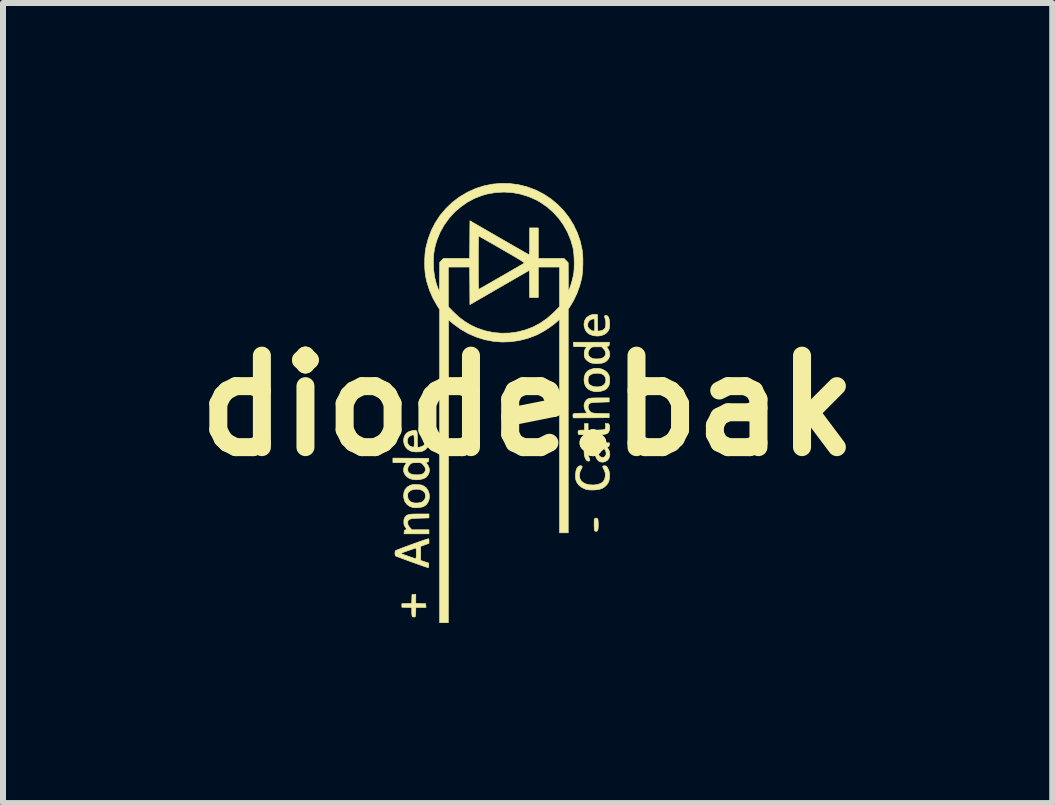
<source format=kicad_pcb>
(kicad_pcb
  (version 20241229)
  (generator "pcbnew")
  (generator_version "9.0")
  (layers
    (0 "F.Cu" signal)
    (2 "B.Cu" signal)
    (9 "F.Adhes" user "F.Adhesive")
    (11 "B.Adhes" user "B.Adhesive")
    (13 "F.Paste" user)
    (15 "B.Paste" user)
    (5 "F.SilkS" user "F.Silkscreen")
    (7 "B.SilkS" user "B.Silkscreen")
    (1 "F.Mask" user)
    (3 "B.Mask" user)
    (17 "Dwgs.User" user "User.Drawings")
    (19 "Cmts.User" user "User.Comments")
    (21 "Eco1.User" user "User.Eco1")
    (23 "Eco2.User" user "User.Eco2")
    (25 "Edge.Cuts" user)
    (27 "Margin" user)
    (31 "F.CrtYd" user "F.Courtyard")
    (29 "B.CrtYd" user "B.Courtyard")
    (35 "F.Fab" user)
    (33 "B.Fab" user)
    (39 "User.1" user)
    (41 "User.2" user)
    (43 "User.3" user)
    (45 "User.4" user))
  (footprint "diode.bak"
    (layer "F.Cu")
    (at 5.74 3.71)
    (property "Reference" "diode.bak" (at 0 0 0) (layer "F.SilkS") (effects (font (size 1.524 1.524) (thickness 0.3))))
    (attr through_hole)
    (fp_poly (pts (xy 1.162 1.877) (xy 1.17 1.892) (xy 1.175 1.918) (xy 1.177 1.958) (xy 1.177 1.981) (xy 1.176 2.029) (xy 1.172 2.063) (xy 1.164 2.083) (xy 1.151 2.092) (xy 1.132 2.09) (xy 1.12 2.086) (xy 1.115 2.078) (xy 1.111 2.058) (xy 1.11 2.025) (xy 1.109 1.981) (xy 1.109 1.938) (xy 1.11 1.909) (xy 1.112 1.892) (xy 1.116 1.882) (xy 1.122 1.877) (xy 1.13 1.875) (xy 1.149 1.872) (xy 1.162 1.877)) (stroke (width 0.01) (type solid)) (fill yes) (layer "F.SilkS"))
    (fp_poly (pts (xy -1.863 3.293) (xy -1.698 3.298) (xy -1.695 3.33) (xy -1.692 3.361) (xy -1.862 3.361) (xy -1.864 3.44) (xy -1.866 3.476) (xy -1.868 3.499) (xy -1.871 3.512) (xy -1.877 3.518) (xy -1.886 3.52) (xy -1.888 3.52) (xy -1.908 3.518) (xy -1.92 3.512) (xy -1.926 3.497) (xy -1.929 3.467) (xy -1.93 3.432) (xy -1.93 3.362) (xy -2.095 3.357) (xy -2.095 3.298) (xy -2.013 3.295) (xy -1.931 3.293) (xy -1.929 3.219) (xy -1.926 3.145) (xy -1.894 3.143) (xy -1.863 3.14) (xy -1.863 3.293)) (stroke (width 0.01) (type solid)) (fill yes) (layer "F.SilkS"))
    (fp_poly (pts (xy -1.643 1.869) (xy -1.789 1.873) (xy -1.854 1.875) (xy -1.905 1.878) (xy -1.942 1.884) (xy -1.969 1.893) (xy -1.985 1.905) (xy -1.994 1.922) (xy -1.998 1.943) (xy -1.998 1.953) (xy -1.993 1.982) (xy -1.976 2.012) (xy -1.953 2.038) (xy -1.927 2.066) (xy -1.643 2.066) (xy -1.643 2.134) (xy -2.058 2.134) (xy -2.056 2.102) (xy -2.052 2.08) (xy -2.044 2.071) (xy -2.03 2.067) (xy -2.008 2.065) (xy -2.035 2.027) (xy -2.05 2.001) (xy -2.059 1.979) (xy -2.061 1.951) (xy -2.062 1.936) (xy -2.06 1.901) (xy -2.053 1.876) (xy -2.043 1.857) (xy -2.029 1.84) (xy -2.014 1.827) (xy -1.995 1.817) (xy -1.97 1.811) (xy -1.937 1.806) (xy -1.892 1.804) (xy -1.834 1.803) (xy -1.804 1.803) (xy -1.643 1.803) (xy -1.643 1.869)) (stroke (width 0.01) (type solid)) (fill yes) (layer "F.SilkS"))
    (fp_poly (pts (xy 1.359 -0.064) (xy 1.211 -0.059) (xy 1.145 -0.057) (xy 1.095 -0.053) (xy 1.061 -0.049) (xy 1.044 -0.044) (xy 1.019 -0.022) (xy 1.008 0.009) (xy 1.012 0.043) (xy 1.025 0.072) (xy 1.037 0.091) (xy 1.05 0.105) (xy 1.067 0.115) (xy 1.089 0.121) (xy 1.12 0.125) (xy 1.162 0.128) (xy 1.219 0.129) (xy 1.221 0.129) (xy 1.359 0.131) (xy 1.359 0.199) (xy 0.762 0.203) (xy 0.757 0.183) (xy 0.755 0.159) (xy 0.757 0.145) (xy 0.761 0.138) (xy 0.767 0.133) (xy 0.78 0.13) (xy 0.802 0.127) (xy 0.835 0.126) (xy 0.877 0.125) (xy 0.991 0.123) (xy 0.968 0.091) (xy 0.949 0.052) (xy 0.94 0.009) (xy 0.944 -0.033) (xy 0.958 -0.067) (xy 0.973 -0.088) (xy 0.989 -0.104) (xy 1.007 -0.115) (xy 1.031 -0.123) (xy 1.063 -0.128) (xy 1.105 -0.13) (xy 1.161 -0.131) (xy 1.198 -0.131) (xy 1.359 -0.131) (xy 1.359 -0.064)) (stroke (width 0.01) (type solid)) (fill yes) (layer "F.SilkS"))
    (fp_poly (pts (xy 1.008 0.408) (xy 1.144 0.405) (xy 1.195 0.404) (xy 1.232 0.402) (xy 1.258 0.4) (xy 1.274 0.397) (xy 1.284 0.393) (xy 1.291 0.387) (xy 1.292 0.385) (xy 1.301 0.364) (xy 1.3 0.333) (xy 1.3 0.332) (xy 1.294 0.296) (xy 1.324 0.296) (xy 1.343 0.298) (xy 1.354 0.305) (xy 1.361 0.323) (xy 1.363 0.331) (xy 1.368 0.378) (xy 1.358 0.422) (xy 1.349 0.439) (xy 1.337 0.454) (xy 1.32 0.465) (xy 1.297 0.473) (xy 1.264 0.479) (xy 1.22 0.481) (xy 1.162 0.483) (xy 1.143 0.483) (xy 1.008 0.483) (xy 1.008 0.516) (xy 1.006 0.538) (xy 1.001 0.548) (xy 0.988 0.55) (xy 0.984 0.55) (xy 0.964 0.549) (xy 0.954 0.545) (xy 0.95 0.533) (xy 0.948 0.512) (xy 0.948 0.511) (xy 0.948 0.483) (xy 0.898 0.483) (xy 0.869 0.482) (xy 0.853 0.479) (xy 0.845 0.472) (xy 0.842 0.462) (xy 0.84 0.439) (xy 0.842 0.424) (xy 0.848 0.414) (xy 0.859 0.409) (xy 0.88 0.407) (xy 0.898 0.406) (xy 0.948 0.406) (xy 0.948 0.296) (xy 1.008 0.296) (xy 1.008 0.408)) (stroke (width 0.01) (type solid)) (fill yes) (layer "F.SilkS"))
    (fp_poly (pts (xy 1.238 -0.611) (xy 1.287 -0.587) (xy 1.327 -0.553) (xy 1.348 -0.523) (xy 1.359 -0.497) (xy 1.365 -0.467) (xy 1.367 -0.429) (xy 1.367 -0.423) (xy 1.366 -0.387) (xy 1.362 -0.361) (xy 1.354 -0.339) (xy 1.343 -0.319) (xy 1.322 -0.289) (xy 1.298 -0.269) (xy 1.275 -0.258) (xy 1.212 -0.239) (xy 1.144 -0.234) (xy 1.108 -0.237) (xy 1.049 -0.254) (xy 1.002 -0.283) (xy 0.968 -0.322) (xy 0.947 -0.372) (xy 0.94 -0.431) (xy 0.94 -0.432) (xy 0.941 -0.445) (xy 1.007 -0.445) (xy 1.007 -0.407) (xy 1.017 -0.374) (xy 1.02 -0.367) (xy 1.045 -0.343) (xy 1.082 -0.326) (xy 1.125 -0.316) (xy 1.172 -0.314) (xy 1.217 -0.321) (xy 1.242 -0.33) (xy 1.275 -0.353) (xy 1.296 -0.386) (xy 1.304 -0.424) (xy 1.298 -0.464) (xy 1.287 -0.489) (xy 1.263 -0.516) (xy 1.228 -0.533) (xy 1.181 -0.541) (xy 1.154 -0.542) (xy 1.101 -0.537) (xy 1.058 -0.523) (xy 1.028 -0.501) (xy 1.015 -0.481) (xy 1.007 -0.445) (xy 0.941 -0.445) (xy 0.946 -0.491) (xy 0.966 -0.54) (xy 0.998 -0.578) (xy 1.044 -0.604) (xy 1.103 -0.621) (xy 1.12 -0.623) (xy 1.181 -0.624) (xy 1.238 -0.611)) (stroke (width 0.01) (type solid)) (fill yes) (layer "F.SilkS"))
    (fp_poly (pts (xy 0.903 1.003) (xy 0.91 1.016) (xy 0.904 1.038) (xy 0.892 1.058) (xy 0.873 1.1) (xy 0.865 1.149) (xy 0.867 1.197) (xy 0.872 1.214) (xy 0.893 1.252) (xy 0.928 1.282) (xy 0.975 1.304) (xy 1.033 1.317) (xy 1.1 1.32) (xy 1.104 1.32) (xy 1.169 1.311) (xy 1.22 1.293) (xy 1.258 1.265) (xy 1.283 1.227) (xy 1.294 1.178) (xy 1.295 1.156) (xy 1.293 1.119) (xy 1.284 1.088) (xy 1.27 1.059) (xy 1.255 1.029) (xy 1.252 1.011) (xy 1.26 1.002) (xy 1.281 1) (xy 1.288 1.001) (xy 1.305 1.004) (xy 1.317 1.012) (xy 1.329 1.029) (xy 1.341 1.053) (xy 1.356 1.085) (xy 1.363 1.115) (xy 1.366 1.151) (xy 1.366 1.163) (xy 1.363 1.218) (xy 1.352 1.262) (xy 1.332 1.3) (xy 1.311 1.325) (xy 1.276 1.357) (xy 1.237 1.38) (xy 1.19 1.394) (xy 1.132 1.401) (xy 1.101 1.403) (xy 1.045 1.403) (xy 1.003 1.399) (xy 0.97 1.392) (xy 0.909 1.365) (xy 0.86 1.328) (xy 0.839 1.303) (xy 0.815 1.266) (xy 0.802 1.228) (xy 0.797 1.185) (xy 0.798 1.144) (xy 0.805 1.088) (xy 0.82 1.044) (xy 0.841 1.015) (xy 0.868 1.001) (xy 0.881 0.999) (xy 0.903 1.003)) (stroke (width 0.01) (type solid)) (fill yes) (layer "F.SilkS"))
    (fp_poly (pts (xy -1.862 1.313) (xy -1.842 1.314) (xy -1.802 1.316) (xy -1.773 1.32) (xy -1.75 1.327) (xy -1.728 1.339) (xy -1.725 1.34) (xy -1.686 1.372) (xy -1.658 1.413) (xy -1.641 1.46) (xy -1.635 1.51) (xy -1.641 1.559) (xy -1.658 1.605) (xy -1.686 1.645) (xy -1.725 1.675) (xy -1.729 1.677) (xy -1.76 1.688) (xy -1.8 1.695) (xy -1.845 1.699) (xy -1.887 1.699) (xy -1.918 1.694) (xy -1.973 1.672) (xy -2.015 1.638) (xy -2.046 1.594) (xy -2.062 1.539) (xy -2.066 1.501) (xy -1.998 1.501) (xy -1.992 1.545) (xy -1.973 1.579) (xy -1.941 1.603) (xy -1.897 1.618) (xy -1.862 1.621) (xy -1.821 1.619) (xy -1.784 1.612) (xy -1.76 1.604) (xy -1.728 1.579) (xy -1.708 1.544) (xy -1.701 1.504) (xy -1.707 1.463) (xy -1.712 1.452) (xy -1.733 1.426) (xy -1.765 1.406) (xy -1.805 1.394) (xy -1.85 1.39) (xy -1.895 1.394) (xy -1.936 1.406) (xy -1.969 1.426) (xy -1.974 1.431) (xy -1.989 1.448) (xy -1.996 1.467) (xy -1.998 1.493) (xy -1.998 1.501) (xy -2.066 1.501) (xy -2.066 1.498) (xy -2.059 1.44) (xy -2.039 1.393) (xy -2.006 1.355) (xy -1.966 1.331) (xy -1.942 1.321) (xy -1.92 1.315) (xy -1.895 1.313) (xy -1.862 1.313)) (stroke (width 0.01) (type solid)) (fill yes) (layer "F.SilkS"))
    (fp_poly (pts (xy 1.164 -1.52) (xy 1.166 -1.382) (xy 1.169 -1.245) (xy 1.195 -1.245) (xy 1.23 -1.251) (xy 1.263 -1.266) (xy 1.287 -1.289) (xy 1.292 -1.296) (xy 1.3 -1.324) (xy 1.303 -1.362) (xy 1.302 -1.404) (xy 1.295 -1.441) (xy 1.29 -1.457) (xy 1.282 -1.485) (xy 1.286 -1.501) (xy 1.302 -1.506) (xy 1.313 -1.506) (xy 1.335 -1.494) (xy 1.351 -1.468) (xy 1.362 -1.428) (xy 1.367 -1.376) (xy 1.367 -1.363) (xy 1.366 -1.323) (xy 1.362 -1.294) (xy 1.355 -1.27) (xy 1.348 -1.255) (xy 1.319 -1.217) (xy 1.278 -1.188) (xy 1.227 -1.169) (xy 1.171 -1.161) (xy 1.111 -1.165) (xy 1.083 -1.171) (xy 1.032 -1.191) (xy 0.994 -1.218) (xy 0.965 -1.256) (xy 0.962 -1.264) (xy 0.943 -1.316) (xy 0.94 -1.357) (xy 1 -1.357) (xy 1.003 -1.32) (xy 1.01 -1.304) (xy 1.027 -1.282) (xy 1.052 -1.262) (xy 1.08 -1.248) (xy 1.098 -1.245) (xy 1.106 -1.245) (xy 1.112 -1.249) (xy 1.115 -1.258) (xy 1.117 -1.275) (xy 1.118 -1.305) (xy 1.118 -1.346) (xy 1.117 -1.389) (xy 1.117 -1.418) (xy 1.115 -1.435) (xy 1.111 -1.444) (xy 1.106 -1.447) (xy 1.1 -1.448) (xy 1.063 -1.44) (xy 1.032 -1.42) (xy 1.01 -1.392) (xy 1 -1.357) (xy 0.94 -1.357) (xy 0.94 -1.368) (xy 0.95 -1.416) (xy 0.974 -1.459) (xy 0.99 -1.476) (xy 1.036 -1.506) (xy 1.088 -1.521) (xy 1.129 -1.522) (xy 1.164 -1.52)) (stroke (width 0.01) (type solid)) (fill yes) (layer "F.SilkS"))
    (fp_poly (pts (xy -1.647 0.876) (xy -1.647 0.906) (xy -1.649 0.926) (xy -1.656 0.935) (xy -1.67 0.938) (xy -1.689 0.943) (xy -1.692 0.953) (xy -1.679 0.966) (xy -1.663 0.987) (xy -1.648 1.018) (xy -1.637 1.051) (xy -1.634 1.075) (xy -1.642 1.118) (xy -1.662 1.159) (xy -1.691 1.191) (xy -1.699 1.197) (xy -1.744 1.218) (xy -1.799 1.23) (xy -1.86 1.234) (xy -1.919 1.227) (xy -1.971 1.21) (xy -2.013 1.182) (xy -2.043 1.147) (xy -2.062 1.106) (xy -2.066 1.069) (xy -1.998 1.069) (xy -1.989 1.101) (xy -1.989 1.101) (xy -1.977 1.115) (xy -1.955 1.131) (xy -1.949 1.134) (xy -1.919 1.144) (xy -1.879 1.15) (xy -1.835 1.151) (xy -1.793 1.148) (xy -1.76 1.141) (xy -1.758 1.14) (xy -1.726 1.119) (xy -1.707 1.09) (xy -1.702 1.064) (xy -1.706 1.035) (xy -1.721 1.006) (xy -1.747 0.976) (xy -1.76 0.963) (xy -1.772 0.955) (xy -1.787 0.95) (xy -1.809 0.949) (xy -1.844 0.949) (xy -1.85 0.949) (xy -1.891 0.949) (xy -1.92 0.953) (xy -1.941 0.961) (xy -1.958 0.976) (xy -1.976 0.998) (xy -1.978 1) (xy -1.994 1.033) (xy -1.998 1.069) (xy -2.066 1.069) (xy -2.067 1.061) (xy -2.058 1.016) (xy -2.033 0.973) (xy -2.025 0.963) (xy -2.021 0.957) (xy -2.022 0.953) (xy -2.031 0.95) (xy -2.049 0.949) (xy -2.079 0.948) (xy -2.124 0.948) (xy -2.244 0.948) (xy -2.244 0.872) (xy -1.647 0.876)) (stroke (width 0.01) (type solid)) (fill yes) (layer "F.SilkS"))
    (fp_poly (pts (xy 1.362 0.65) (xy 1.358 0.672) (xy 1.348 0.682) (xy 1.34 0.684) (xy 1.322 0.687) (xy 1.342 0.716) (xy 1.363 0.759) (xy 1.37 0.804) (xy 1.368 0.834) (xy 1.354 0.876) (xy 1.329 0.909) (xy 1.295 0.93) (xy 1.257 0.94) (xy 1.216 0.936) (xy 1.187 0.923) (xy 1.158 0.895) (xy 1.137 0.853) (xy 1.124 0.797) (xy 1.12 0.761) (xy 1.115 0.694) (xy 1.175 0.694) (xy 1.178 0.759) (xy 1.181 0.793) (xy 1.184 0.814) (xy 1.191 0.829) (xy 1.202 0.841) (xy 1.205 0.843) (xy 1.234 0.86) (xy 1.262 0.861) (xy 1.287 0.847) (xy 1.306 0.817) (xy 1.309 0.783) (xy 1.296 0.745) (xy 1.277 0.715) (xy 1.263 0.702) (xy 1.245 0.696) (xy 1.218 0.694) (xy 1.175 0.694) (xy 1.115 0.694) (xy 1.083 0.694) (xy 1.047 0.702) (xy 1.027 0.715) (xy 1.013 0.729) (xy 1.006 0.745) (xy 1.004 0.77) (xy 1.004 0.78) (xy 1.012 0.833) (xy 1.024 0.862) (xy 1.036 0.893) (xy 1.036 0.912) (xy 1.024 0.922) (xy 1.013 0.923) (xy 0.99 0.915) (xy 0.97 0.893) (xy 0.955 0.86) (xy 0.945 0.818) (xy 0.941 0.771) (xy 0.942 0.743) (xy 0.951 0.697) (xy 0.968 0.664) (xy 0.996 0.64) (xy 1.008 0.633) (xy 1.021 0.628) (xy 1.037 0.624) (xy 1.058 0.621) (xy 1.089 0.619) (xy 1.13 0.618) (xy 1.185 0.618) (xy 1.201 0.618) (xy 1.364 0.618) (xy 1.362 0.65)) (stroke (width 0.01) (type solid)) (fill yes) (layer "F.SilkS"))
    (fp_poly (pts (xy 1.362 -1.027) (xy 1.358 -1.005) (xy 1.35 -0.995) (xy 1.336 -0.992) (xy 1.313 -0.99) (xy 1.338 -0.951) (xy 1.36 -0.91) (xy 1.369 -0.874) (xy 1.368 -0.835) (xy 1.367 -0.829) (xy 1.353 -0.79) (xy 1.326 -0.755) (xy 1.289 -0.728) (xy 1.264 -0.716) (xy 1.234 -0.709) (xy 1.194 -0.705) (xy 1.15 -0.703) (xy 1.108 -0.705) (xy 1.075 -0.709) (xy 1.067 -0.711) (xy 1.014 -0.734) (xy 0.973 -0.769) (xy 0.968 -0.776) (xy 0.955 -0.796) (xy 0.947 -0.815) (xy 0.944 -0.841) (xy 0.944 -0.864) (xy 0.944 -0.87) (xy 1.008 -0.87) (xy 1.015 -0.84) (xy 1.037 -0.813) (xy 1.07 -0.793) (xy 1.079 -0.789) (xy 1.111 -0.782) (xy 1.152 -0.78) (xy 1.194 -0.782) (xy 1.229 -0.788) (xy 1.229 -0.788) (xy 1.256 -0.8) (xy 1.28 -0.82) (xy 1.283 -0.823) (xy 1.3 -0.855) (xy 1.301 -0.889) (xy 1.285 -0.924) (xy 1.265 -0.949) (xy 1.233 -0.982) (xy 1.151 -0.982) (xy 1.113 -0.982) (xy 1.088 -0.98) (xy 1.072 -0.977) (xy 1.06 -0.971) (xy 1.049 -0.96) (xy 1.048 -0.959) (xy 1.023 -0.926) (xy 1.01 -0.896) (xy 1.008 -0.87) (xy 0.944 -0.87) (xy 0.945 -0.899) (xy 0.95 -0.923) (xy 0.96 -0.942) (xy 0.963 -0.947) (xy 0.975 -0.965) (xy 0.982 -0.976) (xy 0.982 -0.977) (xy 0.974 -0.979) (xy 0.953 -0.981) (xy 0.92 -0.983) (xy 0.881 -0.984) (xy 0.874 -0.984) (xy 0.766 -0.986) (xy 0.764 -1.022) (xy 0.761 -1.058) (xy 1.364 -1.058) (xy 1.362 -1.027)) (stroke (width 0.01) (type solid)) (fill yes) (layer "F.SilkS"))
    (fp_poly (pts (xy -1.649 2.215) (xy -1.645 2.225) (xy -1.643 2.246) (xy -1.643 2.256) (xy -1.643 2.292) (xy -1.782 2.343) (xy -1.782 2.577) (xy -1.715 2.599) (xy -1.647 2.622) (xy -1.647 2.659) (xy -1.649 2.681) (xy -1.653 2.696) (xy -1.655 2.697) (xy -1.665 2.695) (xy -1.689 2.688) (xy -1.724 2.676) (xy -1.77 2.66) (xy -1.824 2.641) (xy -1.885 2.619) (xy -1.928 2.604) (xy -1.991 2.581) (xy -2.05 2.559) (xy -2.101 2.54) (xy -2.144 2.524) (xy -2.176 2.512) (xy -2.196 2.504) (xy -2.201 2.502) (xy -2.206 2.491) (xy -2.209 2.47) (xy -2.209 2.46) (xy -2.114 2.46) (xy -2.105 2.464) (xy -2.084 2.473) (xy -2.053 2.484) (xy -2.016 2.497) (xy -1.977 2.511) (xy -1.939 2.524) (xy -1.906 2.535) (xy -1.88 2.543) (xy -1.866 2.548) (xy -1.865 2.548) (xy -1.86 2.543) (xy -1.856 2.527) (xy -1.855 2.499) (xy -1.854 2.46) (xy -1.855 2.423) (xy -1.856 2.394) (xy -1.858 2.375) (xy -1.86 2.371) (xy -1.87 2.373) (xy -1.893 2.38) (xy -1.924 2.391) (xy -1.96 2.403) (xy -1.999 2.417) (xy -2.037 2.43) (xy -2.07 2.443) (xy -2.096 2.452) (xy -2.112 2.459) (xy -2.114 2.46) (xy -2.209 2.46) (xy -2.209 2.445) (xy -2.206 2.424) (xy -2.203 2.416) (xy -2.194 2.411) (xy -2.171 2.401) (xy -2.137 2.388) (xy -2.094 2.371) (xy -2.043 2.352) (xy -1.989 2.332) (xy -1.931 2.311) (xy -1.874 2.29) (xy -1.818 2.27) (xy -1.767 2.252) (xy -1.722 2.237) (xy -1.686 2.225) (xy -1.661 2.218) (xy -1.649 2.215) (xy -1.649 2.215)) (stroke (width 0.01) (type solid)) (fill yes) (layer "F.SilkS"))
    (fp_poly (pts (xy -1.855 0.413) (xy -1.846 0.426) (xy -1.84 0.448) (xy -1.838 0.482) (xy -1.837 0.531) (xy -1.837 0.559) (xy -1.837 0.617) (xy -1.835 0.66) (xy -1.832 0.685) (xy -1.828 0.694) (xy -1.828 0.694) (xy -1.8 0.69) (xy -1.769 0.68) (xy -1.74 0.666) (xy -1.726 0.655) (xy -1.712 0.63) (xy -1.704 0.593) (xy -1.702 0.551) (xy -1.708 0.507) (xy -1.714 0.481) (xy -1.722 0.455) (xy -1.723 0.44) (xy -1.719 0.432) (xy -1.717 0.431) (xy -1.695 0.424) (xy -1.675 0.433) (xy -1.658 0.459) (xy -1.646 0.496) (xy -1.637 0.546) (xy -1.635 0.589) (xy -1.642 0.631) (xy -1.647 0.65) (xy -1.668 0.693) (xy -1.702 0.73) (xy -1.746 0.755) (xy -1.765 0.761) (xy -1.81 0.768) (xy -1.861 0.769) (xy -1.91 0.765) (xy -1.946 0.756) (xy -1.992 0.731) (xy -2.028 0.695) (xy -2.053 0.651) (xy -2.065 0.601) (xy -2.065 0.584) (xy -2.004 0.584) (xy -2 0.619) (xy -1.985 0.649) (xy -1.963 0.67) (xy -1.938 0.68) (xy -1.914 0.688) (xy -1.897 0.689) (xy -1.894 0.688) (xy -1.892 0.679) (xy -1.89 0.656) (xy -1.888 0.624) (xy -1.888 0.588) (xy -1.889 0.55) (xy -1.89 0.518) (xy -1.893 0.496) (xy -1.895 0.488) (xy -1.911 0.486) (xy -1.934 0.492) (xy -1.958 0.504) (xy -1.978 0.518) (xy -1.98 0.52) (xy -1.998 0.549) (xy -2.004 0.584) (xy -2.065 0.584) (xy -2.064 0.549) (xy -2.053 0.51) (xy -2.032 0.473) (xy -2.005 0.446) (xy -1.968 0.427) (xy -1.918 0.414) (xy -1.918 0.414) (xy -1.89 0.409) (xy -1.869 0.408) (xy -1.855 0.413)) (stroke (width 0.01) (type solid)) (fill yes) (layer "F.SilkS"))
    (fp_poly (pts (xy -0.297 -3.702) (xy -0.152 -3.683) (xy -0.008 -3.647) (xy 0.004 -3.643) (xy 0.142 -3.591) (xy 0.271 -3.524) (xy 0.392 -3.444) (xy 0.502 -3.352) (xy 0.602 -3.249) (xy 0.69 -3.136) (xy 0.765 -3.014) (xy 0.827 -2.885) (xy 0.875 -2.748) (xy 0.907 -2.605) (xy 0.911 -2.58) (xy 0.918 -2.515) (xy 0.921 -2.44) (xy 0.921 -2.359) (xy 0.918 -2.279) (xy 0.912 -2.203) (xy 0.904 -2.137) (xy 0.898 -2.111) (xy 0.866 -1.991) (xy 0.822 -1.871) (xy 0.768 -1.758) (xy 0.716 -1.668) (xy 0.677 -1.608) (xy 0.677 2.117) (xy 0.533 2.117) (xy 0.533 -1.443) (xy 0.502 -1.412) (xy 0.44 -1.359) (xy 0.366 -1.305) (xy 0.287 -1.253) (xy 0.205 -1.207) (xy 0.138 -1.174) (xy -0.001 -1.122) (xy -0.143 -1.086) (xy -0.287 -1.066) (xy -0.431 -1.062) (xy -0.574 -1.074) (xy -0.715 -1.101) (xy -0.853 -1.144) (xy -0.987 -1.202) (xy -1.115 -1.275) (xy -1.236 -1.363) (xy -1.249 -1.374) (xy -1.317 -1.431) (xy -1.319 1.092) (xy -1.321 3.615) (xy -1.465 3.615) (xy -1.465 -1.603) (xy -1.506 -1.667) (xy -1.577 -1.792) (xy -1.635 -1.926) (xy -1.679 -2.065) (xy -1.698 -2.151) (xy -1.707 -2.216) (xy -1.713 -2.293) (xy -1.715 -2.376) (xy -1.714 -2.392) (xy -1.57 -2.392) (xy -1.565 -2.26) (xy -1.548 -2.139) (xy -1.519 -2.027) (xy -1.488 -1.944) (xy -1.469 -1.901) (xy -1.467 -2.146) (xy -1.465 -2.311) (xy -1.321 -2.311) (xy -1.321 -1.65) (xy -1.242 -1.569) (xy -1.144 -1.477) (xy -1.041 -1.4) (xy -0.932 -1.336) (xy -0.843 -1.295) (xy -0.709 -1.249) (xy -0.572 -1.22) (xy -0.433 -1.208) (xy -0.293 -1.212) (xy -0.177 -1.228) (xy -0.041 -1.262) (xy 0.088 -1.311) (xy 0.209 -1.375) (xy 0.324 -1.455) (xy 0.432 -1.55) (xy 0.442 -1.56) (xy 0.533 -1.652) (xy 0.533 -2.311) (xy 0.178 -2.311) (xy 0.178 -1.803) (xy 0.034 -1.803) (xy 0.032 -2.03) (xy 0.03 -2.257) (xy -0.466 -1.971) (xy -0.961 -1.685) (xy -0.965 -2.311) (xy -1.321 -2.311) (xy -1.465 -2.311) (xy -1.465 -2.383) (xy -0.821 -2.383) (xy -0.821 -2.298) (xy -0.821 -2.219) (xy -0.821 -2.146) (xy -0.82 -2.082) (xy -0.819 -2.027) (xy -0.819 -1.985) (xy -0.818 -1.955) (xy -0.817 -1.94) (xy -0.816 -1.939) (xy -0.808 -1.943) (xy -0.787 -1.955) (xy -0.754 -1.973) (xy -0.71 -1.998) (xy -0.658 -2.028) (xy -0.597 -2.063) (xy -0.531 -2.101) (xy -0.46 -2.142) (xy -0.442 -2.152) (xy -0.369 -2.194) (xy -0.301 -2.233) (xy -0.238 -2.27) (xy -0.182 -2.302) (xy -0.134 -2.33) (xy -0.097 -2.351) (xy -0.071 -2.367) (xy -0.058 -2.374) (xy -0.057 -2.375) (xy -0.056 -2.378) (xy -0.058 -2.383) (xy -0.067 -2.391) (xy -0.082 -2.402) (xy -0.105 -2.417) (xy -0.137 -2.437) (xy -0.179 -2.462) (xy -0.231 -2.493) (xy -0.296 -2.531) (xy -0.374 -2.576) (xy -0.426 -2.606) (xy -0.5 -2.649) (xy -0.569 -2.689) (xy -0.633 -2.725) (xy -0.689 -2.757) (xy -0.736 -2.784) (xy -0.774 -2.805) (xy -0.8 -2.82) (xy -0.814 -2.827) (xy -0.816 -2.828) (xy -0.817 -2.82) (xy -0.818 -2.796) (xy -0.819 -2.759) (xy -0.819 -2.709) (xy -0.82 -2.649) (xy -0.821 -2.579) (xy -0.821 -2.502) (xy -0.821 -2.419) (xy -0.821 -2.383) (xy -1.465 -2.383) (xy -1.464 -2.391) (xy -1.433 -2.423) (xy -1.402 -2.455) (xy -0.965 -2.455) (xy -0.961 -3.082) (xy -0.476 -2.802) (xy -0.393 -2.754) (xy -0.314 -2.709) (xy -0.24 -2.666) (xy -0.173 -2.628) (xy -0.114 -2.594) (xy -0.064 -2.565) (xy -0.024 -2.543) (xy 0.004 -2.527) (xy 0.019 -2.519) (xy 0.021 -2.518) (xy 0.025 -2.518) (xy 0.028 -2.524) (xy 0.03 -2.537) (xy 0.032 -2.558) (xy 0.033 -2.59) (xy 0.034 -2.635) (xy 0.034 -2.693) (xy 0.034 -2.738) (xy 0.034 -2.963) (xy 0.178 -2.963) (xy 0.178 -2.455) (xy 0.606 -2.455) (xy 0.642 -2.419) (xy 0.677 -2.383) (xy 0.678 -2.142) (xy 0.678 -1.901) (xy 0.699 -1.952) (xy 0.719 -2.007) (xy 0.739 -2.073) (xy 0.756 -2.143) (xy 0.769 -2.21) (xy 0.771 -2.225) (xy 0.775 -2.272) (xy 0.777 -2.329) (xy 0.777 -2.393) (xy 0.775 -2.46) (xy 0.771 -2.524) (xy 0.765 -2.58) (xy 0.758 -2.624) (xy 0.758 -2.625) (xy 0.72 -2.759) (xy 0.667 -2.887) (xy 0.6 -3.008) (xy 0.521 -3.12) (xy 0.429 -3.221) (xy 0.327 -3.312) (xy 0.214 -3.389) (xy 0.146 -3.428) (xy 0.016 -3.485) (xy -0.118 -3.526) (xy -0.255 -3.552) (xy -0.393 -3.56) (xy -0.531 -3.553) (xy -0.669 -3.529) (xy -0.758 -3.504) (xy -0.884 -3.455) (xy -1.004 -3.391) (xy -1.115 -3.313) (xy -1.218 -3.224) (xy -1.309 -3.123) (xy -1.389 -3.012) (xy -1.456 -2.894) (xy -1.506 -2.774) (xy -1.533 -2.689) (xy -1.552 -2.608) (xy -1.564 -2.525) (xy -1.569 -2.434) (xy -1.57 -2.392) (xy -1.714 -2.392) (xy -1.713 -2.46) (xy -1.708 -2.54) (xy -1.699 -2.611) (xy -1.695 -2.631) (xy -1.657 -2.778) (xy -1.605 -2.917) (xy -1.538 -3.049) (xy -1.457 -3.172) (xy -1.362 -3.284) (xy -1.256 -3.387) (xy -1.136 -3.478) (xy -1.131 -3.481) (xy -1.003 -3.557) (xy -0.869 -3.618) (xy -0.73 -3.663) (xy -0.587 -3.692) (xy -0.443 -3.705) (xy -0.297 -3.702)) (stroke (width 0.01) (type solid)) (fill yes) (layer "F.SilkS")))
  (gr_rect
    (start -3 -3)
    (end 14.481 10.33)
    (stroke (width 0.1) (type default))
    (fill no)
    (layer "Edge.Cuts")))
</source>
